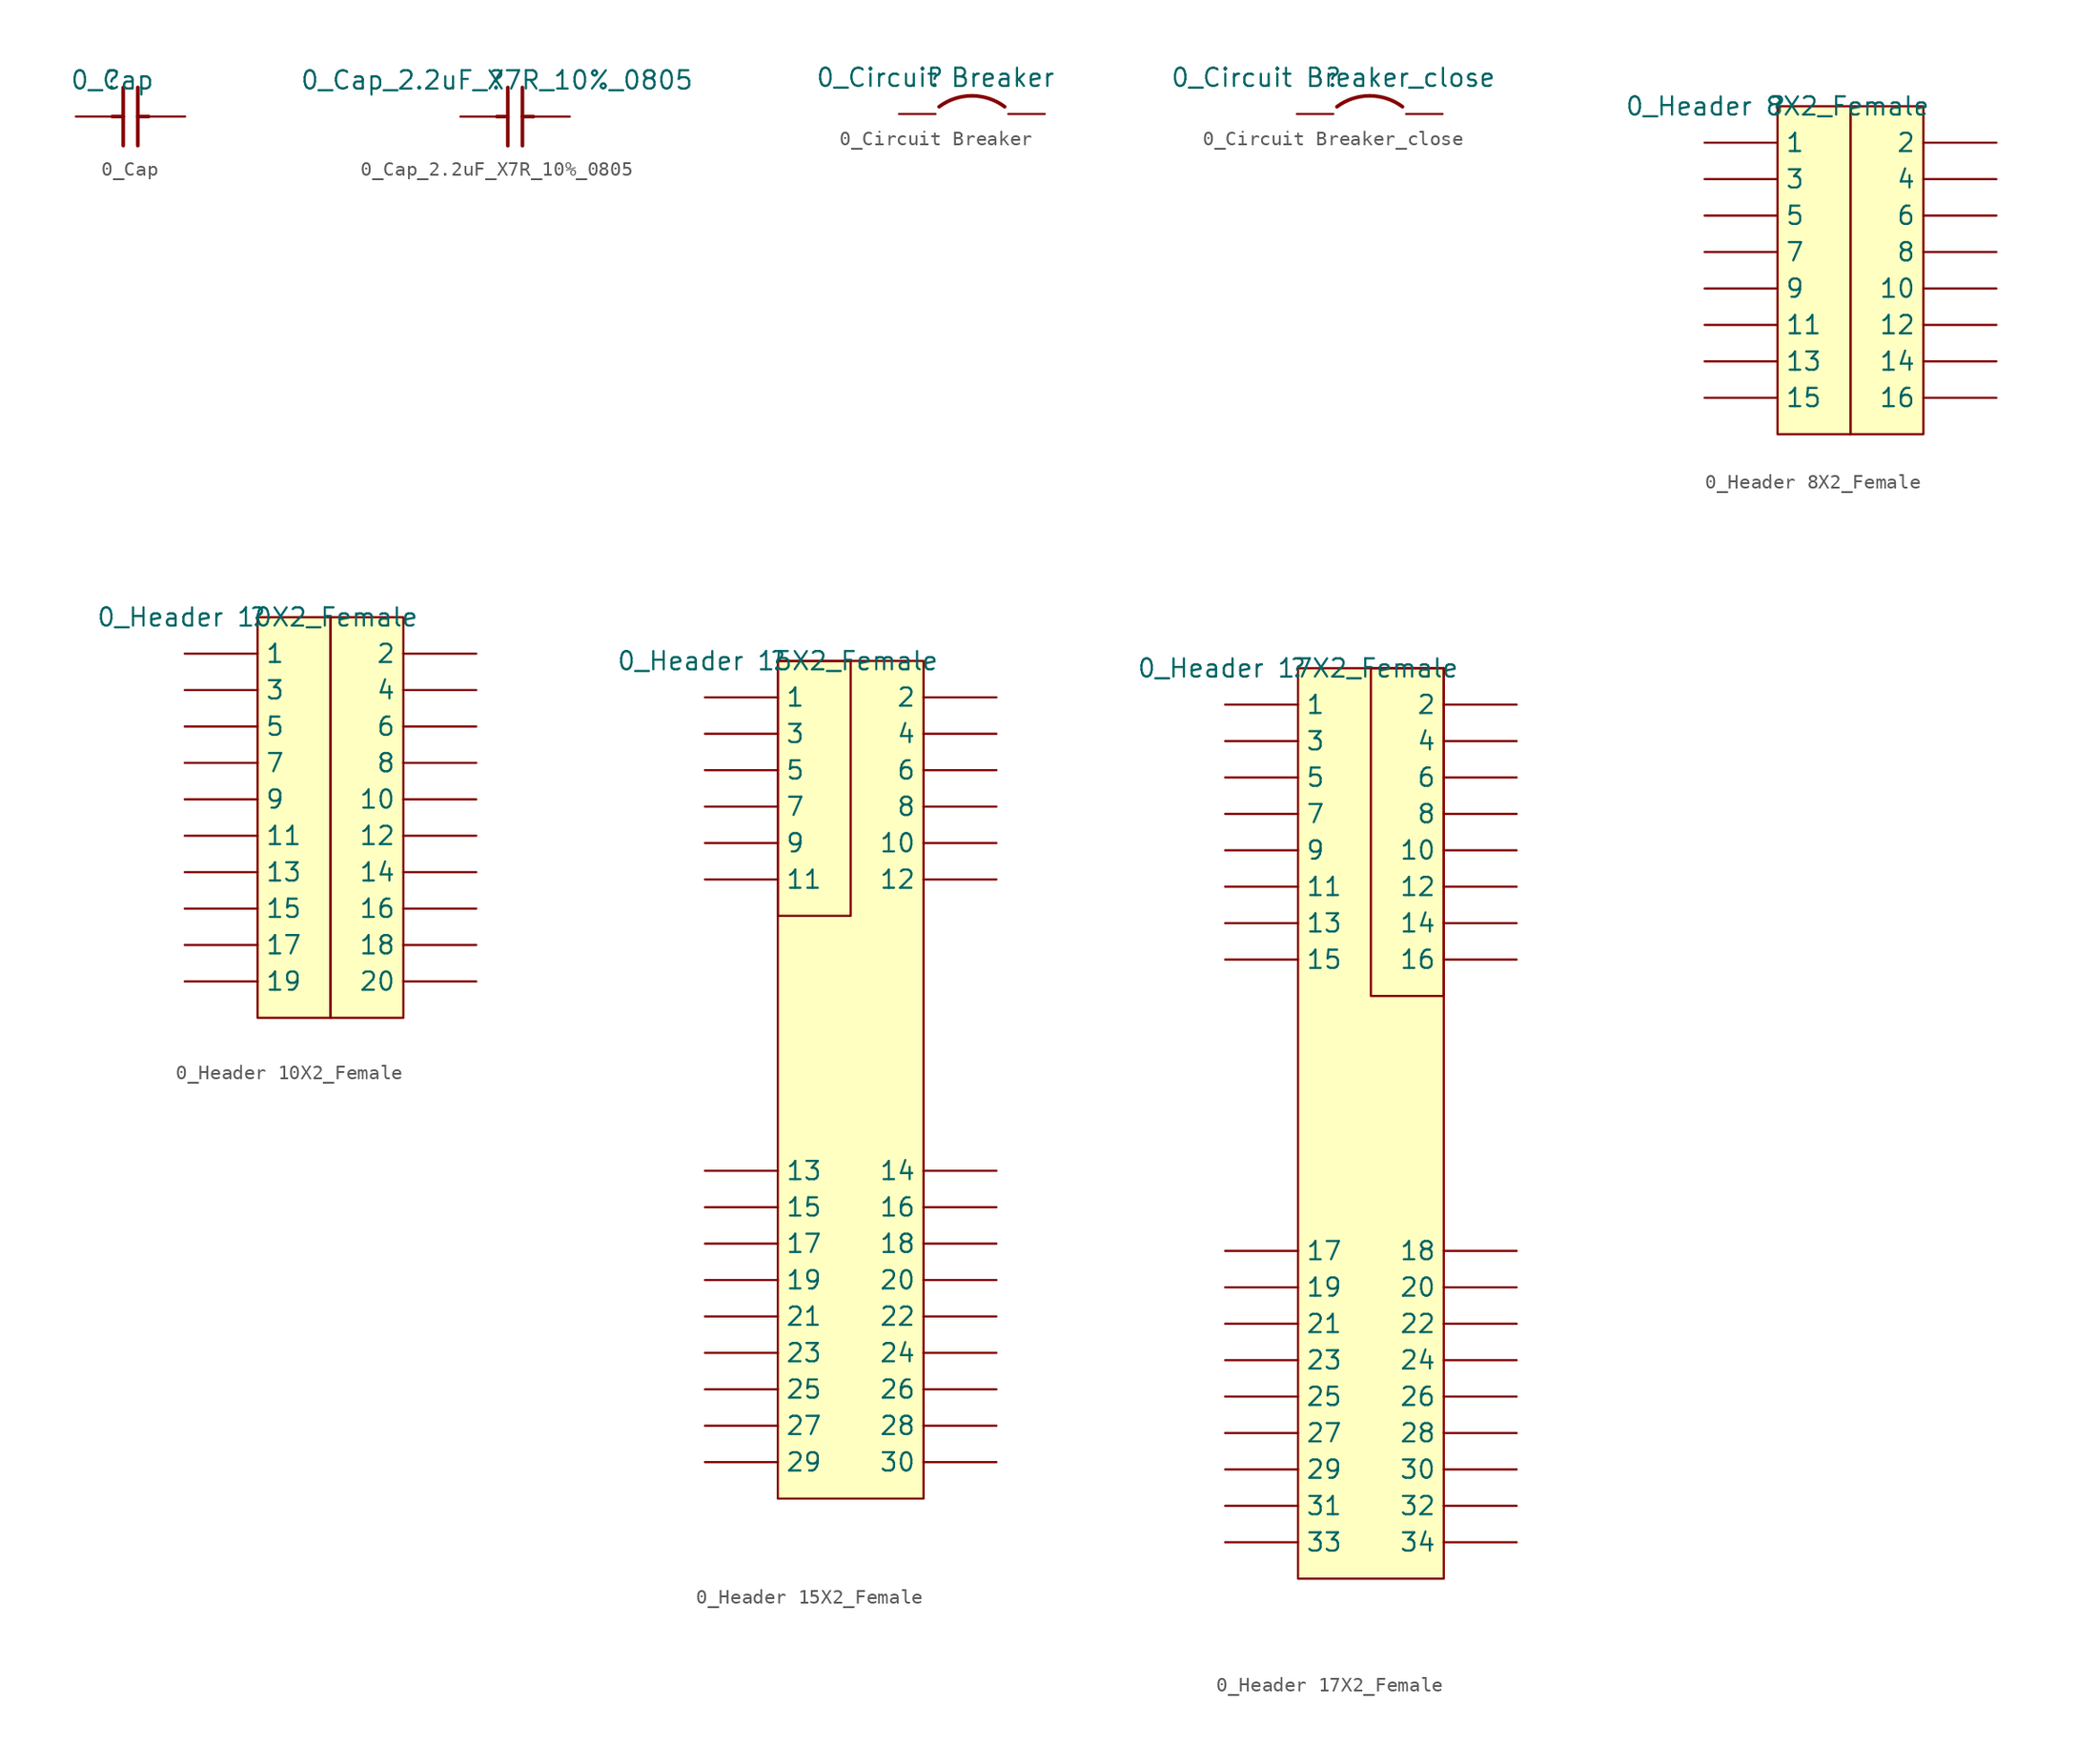
<source format=kicad_sym>
(kicad_symbol_lib
  (version 20211014)
  (generator kicad_symbol_editor)
  (symbol "0_Cap"
    (property "Reference" ""
      (at 0 0 0)
      (effects (font (size 1.27 1.27))))
    (property "Value" "0_Cap"
      (at 0 0 0)
      (effects (font (size 1.27 1.27))))
    (symbol "0_Cap_1_0"
      (polyline (pts (xy 0 -2.54) (xy 0.762 -2.54)) (stroke (width 0.254) (type default) (color 0 0 0 0)) (fill (type none)))
      (polyline (pts (xy 0.762 -4.572) (xy 0.762 -0.508)) (stroke (width 0.254) (type default) (color 0 0 0 0)) (fill (type none)))
      (polyline (pts (xy 1.778 -0.508) (xy 1.778 -4.572)) (stroke (width 0.254) (type default) (color 0 0 0 0)) (fill (type none)))
      (polyline (pts (xy 2.54 -2.54) (xy 1.778 -2.54)) (stroke (width 0.254) (type default) (color 0 0 0 0)) (fill (type none)))
      (pin passive line (at -2.54 -2.54 0) (length 2.54) (name "1" (effects (font (size 0 0)))) (number "1" (effects (font (size 0 0)))))
      (pin passive line (at 5.08 -2.54 180) (length 2.54) (name "2" (effects (font (size 0 0)))) (number "2" (effects (font (size 0 0)))))))
  (symbol "0_Cap_2.2uF_X7R_10%_0805"
    (property "Reference" ""
      (at 0 0 0)
      (effects (font (size 1.27 1.27))))
    (property "Value" "0_Cap_2.2uF_X7R_10%_0805"
      (at 0 0 0)
      (effects (font (size 1.27 1.27))))
    (symbol "0_Cap_2.2uF_X7R_10%_0805_1_0"
      (polyline (pts (xy 0 -2.54) (xy 0.762 -2.54)) (stroke (width 0.254) (type default) (color 0 0 0 0)) (fill (type none)))
      (polyline (pts (xy 0.762 -4.572) (xy 0.762 -0.508)) (stroke (width 0.254) (type default) (color 0 0 0 0)) (fill (type none)))
      (polyline (pts (xy 1.778 -0.508) (xy 1.778 -4.572)) (stroke (width 0.254) (type default) (color 0 0 0 0)) (fill (type none)))
      (polyline (pts (xy 2.54 -2.54) (xy 1.778 -2.54)) (stroke (width 0.254) (type default) (color 0 0 0 0)) (fill (type none)))
      (pin passive line (at -2.54 -2.54 0) (length 2.54) (name "1" (effects (font (size 0 0)))) (number "1" (effects (font (size 0 0)))))
      (pin passive line (at 5.08 -2.54 180) (length 2.54) (name "2" (effects (font (size 0 0)))) (number "2" (effects (font (size 0 0)))))))
  (symbol "0_Circuit Breaker"
    (property "Reference" ""
      (at 0 0 0)
      (effects (font (size 1.27 1.27))))
    (property "Value" "0_Circuit Breaker"
      (at 0 0 0)
      (effects (font (size 1.27 1.27))))
    (symbol "0_Circuit Breaker_1_0"
      (arc (start 2.54 -1.27) (mid 1.3352 -1.4655) (end 0.254 -2.032) (stroke (width 0.254) (type default) (color 0 0 0 0)) (fill (type none)))
      (arc (start 4.826 -2.032) (mid 3.7448 -1.4655) (end 2.54 -1.27) (stroke (width 0.254) (type default) (color 0 0 0 0)) (fill (type none)))
      (pin passive line (at -2.54 -2.54 0) (length 2.54) (name "1" (effects (font (size 0 0)))) (number "1" (effects (font (size 0 0)))))
      (pin passive line (at 7.62 -2.54 180) (length 2.54) (name "2" (effects (font (size 0 0)))) (number "2" (effects (font (size 0 0)))))))
  (symbol "0_Circuit Breaker_close"
    (property "Reference" ""
      (at 0 0 0)
      (effects (font (size 1.27 1.27))))
    (property "Value" "0_Circuit Breaker_close"
      (at 0 0 0)
      (effects (font (size 1.27 1.27))))
    (symbol "0_Circuit Breaker_close_1_0"
      (arc (start 2.54 -1.27) (mid 1.3352 -1.4655) (end 0.254 -2.032) (stroke (width 0.254) (type default) (color 0 0 0 0)) (fill (type none)))
      (arc (start 4.826 -2.032) (mid 3.7448 -1.4655) (end 2.54 -1.27) (stroke (width 0.254) (type default) (color 0 0 0 0)) (fill (type none)))
      (pin passive line (at -2.54 -2.54 0) (length 2.54) (name "1" (effects (font (size 0 0)))) (number "1" (effects (font (size 0 0)))))
      (pin passive line (at 7.62 -2.54 180) (length 2.54) (name "2" (effects (font (size 0 0)))) (number "2" (effects (font (size 0 0)))))))
  (symbol "0_Header 8X2_Female"
    (property "Reference" ""
      (at 0 0 0)
      (effects (font (size 1.27 1.27))))
    (property "Value" "0_Header 8X2_Female"
      (at 0 0 0)
      (effects (font (size 1.27 1.27))))
    (symbol "0_Header 8X2_Female_1_0"
      (rectangle (start 5.08 0) (end 0 -22.86) (stroke (width 0) (type default) (color 0 0 0 0)) (fill (type background)))
      (rectangle (start 10.16 0) (end 5.08 -22.86) (stroke (width 0) (type default) (color 0 0 0 0)) (fill (type background)))
      (pin passive line (at -5.08 -2.54 0) (length 5.08) (name "1" (effects (font (size 1.27 1.27)))) (number "1" (effects (font (size 0 0)))))
      (pin passive line (at 15.24 -12.7 180) (length 5.08) (name "10" (effects (font (size 1.27 1.27)))) (number "10" (effects (font (size 0 0)))))
      (pin passive line (at -5.08 -15.24 0) (length 5.08) (name "11" (effects (font (size 1.27 1.27)))) (number "11" (effects (font (size 0 0)))))
      (pin passive line (at 15.24 -15.24 180) (length 5.08) (name "12" (effects (font (size 1.27 1.27)))) (number "12" (effects (font (size 0 0)))))
      (pin passive line (at -5.08 -17.78 0) (length 5.08) (name "13" (effects (font (size 1.27 1.27)))) (number "13" (effects (font (size 0 0)))))
      (pin passive line (at 15.24 -17.78 180) (length 5.08) (name "14" (effects (font (size 1.27 1.27)))) (number "14" (effects (font (size 0 0)))))
      (pin passive line (at -5.08 -20.32 0) (length 5.08) (name "15" (effects (font (size 1.27 1.27)))) (number "15" (effects (font (size 0 0)))))
      (pin passive line (at 15.24 -20.32 180) (length 5.08) (name "16" (effects (font (size 1.27 1.27)))) (number "16" (effects (font (size 0 0)))))
      (pin passive line (at 15.24 -2.54 180) (length 5.08) (name "2" (effects (font (size 1.27 1.27)))) (number "2" (effects (font (size 0 0)))))
      (pin passive line (at -5.08 -5.08 0) (length 5.08) (name "3" (effects (font (size 1.27 1.27)))) (number "3" (effects (font (size 0 0)))))
      (pin passive line (at 15.24 -5.08 180) (length 5.08) (name "4" (effects (font (size 1.27 1.27)))) (number "4" (effects (font (size 0 0)))))
      (pin passive line (at -5.08 -7.62 0) (length 5.08) (name "5" (effects (font (size 1.27 1.27)))) (number "5" (effects (font (size 0 0)))))
      (pin passive line (at 15.24 -7.62 180) (length 5.08) (name "6" (effects (font (size 1.27 1.27)))) (number "6" (effects (font (size 0 0)))))
      (pin passive line (at -5.08 -10.16 0) (length 5.08) (name "7" (effects (font (size 1.27 1.27)))) (number "7" (effects (font (size 0 0)))))
      (pin passive line (at 15.24 -10.16 180) (length 5.08) (name "8" (effects (font (size 1.27 1.27)))) (number "8" (effects (font (size 0 0)))))
      (pin passive line (at -5.08 -12.7 0) (length 5.08) (name "9" (effects (font (size 1.27 1.27)))) (number "9" (effects (font (size 0 0)))))))
  (symbol "0_Header 10X2_Female"
    (property "Reference" ""
      (at 0 0 0)
      (effects (font (size 1.27 1.27))))
    (property "Value" "0_Header 10X2_Female"
      (at 0 0 0)
      (effects (font (size 1.27 1.27))))
    (symbol "0_Header 10X2_Female_1_0"
      (rectangle (start 5.08 0) (end 0 -27.94) (stroke (width 0) (type default) (color 0 0 0 0)) (fill (type background)))
      (rectangle (start 10.16 0) (end 5.08 -27.94) (stroke (width 0) (type default) (color 0 0 0 0)) (fill (type background)))
      (pin passive line (at -5.08 -2.54 0) (length 5.08) (name "1" (effects (font (size 1.27 1.27)))) (number "1" (effects (font (size 0 0)))))
      (pin passive line (at 15.24 -12.7 180) (length 5.08) (name "10" (effects (font (size 1.27 1.27)))) (number "10" (effects (font (size 0 0)))))
      (pin passive line (at -5.08 -15.24 0) (length 5.08) (name "11" (effects (font (size 1.27 1.27)))) (number "11" (effects (font (size 0 0)))))
      (pin passive line (at 15.24 -15.24 180) (length 5.08) (name "12" (effects (font (size 1.27 1.27)))) (number "12" (effects (font (size 0 0)))))
      (pin passive line (at -5.08 -17.78 0) (length 5.08) (name "13" (effects (font (size 1.27 1.27)))) (number "13" (effects (font (size 0 0)))))
      (pin passive line (at 15.24 -17.78 180) (length 5.08) (name "14" (effects (font (size 1.27 1.27)))) (number "14" (effects (font (size 0 0)))))
      (pin passive line (at -5.08 -20.32 0) (length 5.08) (name "15" (effects (font (size 1.27 1.27)))) (number "15" (effects (font (size 0 0)))))
      (pin passive line (at 15.24 -20.32 180) (length 5.08) (name "16" (effects (font (size 1.27 1.27)))) (number "16" (effects (font (size 0 0)))))
      (pin passive line (at -5.08 -22.86 0) (length 5.08) (name "17" (effects (font (size 1.27 1.27)))) (number "17" (effects (font (size 0 0)))))
      (pin passive line (at 15.24 -22.86 180) (length 5.08) (name "18" (effects (font (size 1.27 1.27)))) (number "18" (effects (font (size 0 0)))))
      (pin passive line (at -5.08 -25.4 0) (length 5.08) (name "19" (effects (font (size 1.27 1.27)))) (number "19" (effects (font (size 0 0)))))
      (pin passive line (at 15.24 -2.54 180) (length 5.08) (name "2" (effects (font (size 1.27 1.27)))) (number "2" (effects (font (size 0 0)))))
      (pin passive line (at 15.24 -25.4 180) (length 5.08) (name "20" (effects (font (size 1.27 1.27)))) (number "20" (effects (font (size 0 0)))))
      (pin passive line (at -5.08 -5.08 0) (length 5.08) (name "3" (effects (font (size 1.27 1.27)))) (number "3" (effects (font (size 0 0)))))
      (pin passive line (at 15.24 -5.08 180) (length 5.08) (name "4" (effects (font (size 1.27 1.27)))) (number "4" (effects (font (size 0 0)))))
      (pin passive line (at -5.08 -7.62 0) (length 5.08) (name "5" (effects (font (size 1.27 1.27)))) (number "5" (effects (font (size 0 0)))))
      (pin passive line (at 15.24 -7.62 180) (length 5.08) (name "6" (effects (font (size 1.27 1.27)))) (number "6" (effects (font (size 0 0)))))
      (pin passive line (at -5.08 -10.16 0) (length 5.08) (name "7" (effects (font (size 1.27 1.27)))) (number "7" (effects (font (size 0 0)))))
      (pin passive line (at 15.24 -10.16 180) (length 5.08) (name "8" (effects (font (size 1.27 1.27)))) (number "8" (effects (font (size 0 0)))))
      (pin passive line (at -5.08 -12.7 0) (length 5.08) (name "9" (effects (font (size 1.27 1.27)))) (number "9" (effects (font (size 0 0)))))))
  (symbol "0_Header 15X2_Female"
    (property "Reference" ""
      (at 0 0 0)
      (effects (font (size 1.27 1.27))))
    (property "Value" "0_Header 15X2_Female"
      (at 0 0 0)
      (effects (font (size 1.27 1.27))))
    (symbol "0_Header 15X2_Female_1_0"
      (rectangle (start 5.08 0) (end 0 -17.78) (stroke (width 0) (type default) (color 0 0 0 0)) (fill (type background)))
      (rectangle (start 10.16 0) (end 0 -58.42) (stroke (width 0) (type default) (color 0 0 0 0)) (fill (type background)))
      (pin passive line (at -5.08 -2.54 0) (length 5.08) (name "1" (effects (font (size 1.27 1.27)))) (number "1" (effects (font (size 0 0)))))
      (pin passive line (at 15.24 -12.7 180) (length 5.08) (name "10" (effects (font (size 1.27 1.27)))) (number "10" (effects (font (size 0 0)))))
      (pin passive line (at -5.08 -15.24 0) (length 5.08) (name "11" (effects (font (size 1.27 1.27)))) (number "11" (effects (font (size 0 0)))))
      (pin passive line (at 15.24 -15.24 180) (length 5.08) (name "12" (effects (font (size 1.27 1.27)))) (number "12" (effects (font (size 0 0)))))
      (pin passive line (at -5.08 -35.56 0) (length 5.08) (name "13" (effects (font (size 1.27 1.27)))) (number "13" (effects (font (size 0 0)))))
      (pin passive line (at 15.24 -35.56 180) (length 5.08) (name "14" (effects (font (size 1.27 1.27)))) (number "14" (effects (font (size 0 0)))))
      (pin passive line (at -5.08 -38.1 0) (length 5.08) (name "15" (effects (font (size 1.27 1.27)))) (number "15" (effects (font (size 0 0)))))
      (pin passive line (at 15.24 -38.1 180) (length 5.08) (name "16" (effects (font (size 1.27 1.27)))) (number "16" (effects (font (size 0 0)))))
      (pin passive line (at -5.08 -40.64 0) (length 5.08) (name "17" (effects (font (size 1.27 1.27)))) (number "17" (effects (font (size 0 0)))))
      (pin passive line (at 15.24 -40.64 180) (length 5.08) (name "18" (effects (font (size 1.27 1.27)))) (number "18" (effects (font (size 0 0)))))
      (pin passive line (at -5.08 -43.18 0) (length 5.08) (name "19" (effects (font (size 1.27 1.27)))) (number "19" (effects (font (size 0 0)))))
      (pin passive line (at 15.24 -2.54 180) (length 5.08) (name "2" (effects (font (size 1.27 1.27)))) (number "2" (effects (font (size 0 0)))))
      (pin passive line (at 15.24 -43.18 180) (length 5.08) (name "20" (effects (font (size 1.27 1.27)))) (number "20" (effects (font (size 0 0)))))
      (pin passive line (at -5.08 -45.72 0) (length 5.08) (name "21" (effects (font (size 1.27 1.27)))) (number "21" (effects (font (size 0 0)))))
      (pin passive line (at 15.24 -45.72 180) (length 5.08) (name "22" (effects (font (size 1.27 1.27)))) (number "22" (effects (font (size 0 0)))))
      (pin passive line (at -5.08 -48.26 0) (length 5.08) (name "23" (effects (font (size 1.27 1.27)))) (number "23" (effects (font (size 0 0)))))
      (pin passive line (at 15.24 -48.26 180) (length 5.08) (name "24" (effects (font (size 1.27 1.27)))) (number "24" (effects (font (size 0 0)))))
      (pin passive line (at -5.08 -50.8 0) (length 5.08) (name "25" (effects (font (size 1.27 1.27)))) (number "25" (effects (font (size 0 0)))))
      (pin passive line (at 15.24 -50.8 180) (length 5.08) (name "26" (effects (font (size 1.27 1.27)))) (number "26" (effects (font (size 0 0)))))
      (pin passive line (at -5.08 -53.34 0) (length 5.08) (name "27" (effects (font (size 1.27 1.27)))) (number "27" (effects (font (size 0 0)))))
      (pin passive line (at 15.24 -53.34 180) (length 5.08) (name "28" (effects (font (size 1.27 1.27)))) (number "28" (effects (font (size 0 0)))))
      (pin passive line (at -5.08 -55.88 0) (length 5.08) (name "29" (effects (font (size 1.27 1.27)))) (number "29" (effects (font (size 0 0)))))
      (pin passive line (at -5.08 -5.08 0) (length 5.08) (name "3" (effects (font (size 1.27 1.27)))) (number "3" (effects (font (size 0 0)))))
      (pin passive line (at 15.24 -55.88 180) (length 5.08) (name "30" (effects (font (size 1.27 1.27)))) (number "30" (effects (font (size 0 0)))))
      (pin passive line (at 15.24 -5.08 180) (length 5.08) (name "4" (effects (font (size 1.27 1.27)))) (number "4" (effects (font (size 0 0)))))
      (pin passive line (at -5.08 -7.62 0) (length 5.08) (name "5" (effects (font (size 1.27 1.27)))) (number "5" (effects (font (size 0 0)))))
      (pin passive line (at 15.24 -7.62 180) (length 5.08) (name "6" (effects (font (size 1.27 1.27)))) (number "6" (effects (font (size 0 0)))))
      (pin passive line (at -5.08 -10.16 0) (length 5.08) (name "7" (effects (font (size 1.27 1.27)))) (number "7" (effects (font (size 0 0)))))
      (pin passive line (at 15.24 -10.16 180) (length 5.08) (name "8" (effects (font (size 1.27 1.27)))) (number "8" (effects (font (size 0 0)))))
      (pin passive line (at -5.08 -12.7 0) (length 5.08) (name "9" (effects (font (size 1.27 1.27)))) (number "9" (effects (font (size 0 0)))))))
  (symbol "0_Header 17X2_Female"
    (property "Reference" ""
      (at 0 0 0)
      (effects (font (size 1.27 1.27))))
    (property "Value" "0_Header 17X2_Female"
      (at 0 0 0)
      (effects (font (size 1.27 1.27))))
    (symbol "0_Header 17X2_Female_1_0"
      (rectangle (start 10.16 0) (end 0 -63.5) (stroke (width 0) (type default) (color 0 0 0 0)) (fill (type background)))
      (rectangle (start 10.16 0) (end 5.08 -22.86) (stroke (width 0) (type default) (color 0 0 0 0)) (fill (type background)))
      (pin passive line (at -5.08 -2.54 0) (length 5.08) (name "1" (effects (font (size 1.27 1.27)))) (number "1" (effects (font (size 0 0)))))
      (pin passive line (at 15.24 -12.7 180) (length 5.08) (name "10" (effects (font (size 1.27 1.27)))) (number "10" (effects (font (size 0 0)))))
      (pin passive line (at -5.08 -15.24 0) (length 5.08) (name "11" (effects (font (size 1.27 1.27)))) (number "11" (effects (font (size 0 0)))))
      (pin passive line (at 15.24 -15.24 180) (length 5.08) (name "12" (effects (font (size 1.27 1.27)))) (number "12" (effects (font (size 0 0)))))
      (pin passive line (at -5.08 -17.78 0) (length 5.08) (name "13" (effects (font (size 1.27 1.27)))) (number "13" (effects (font (size 0 0)))))
      (pin passive line (at 15.24 -17.78 180) (length 5.08) (name "14" (effects (font (size 1.27 1.27)))) (number "14" (effects (font (size 0 0)))))
      (pin passive line (at -5.08 -20.32 0) (length 5.08) (name "15" (effects (font (size 1.27 1.27)))) (number "15" (effects (font (size 0 0)))))
      (pin passive line (at 15.24 -20.32 180) (length 5.08) (name "16" (effects (font (size 1.27 1.27)))) (number "16" (effects (font (size 0 0)))))
      (pin passive line (at -5.08 -40.64 0) (length 5.08) (name "17" (effects (font (size 1.27 1.27)))) (number "17" (effects (font (size 0 0)))))
      (pin passive line (at 15.24 -40.64 180) (length 5.08) (name "18" (effects (font (size 1.27 1.27)))) (number "18" (effects (font (size 0 0)))))
      (pin passive line (at -5.08 -43.18 0) (length 5.08) (name "19" (effects (font (size 1.27 1.27)))) (number "19" (effects (font (size 0 0)))))
      (pin passive line (at 15.24 -2.54 180) (length 5.08) (name "2" (effects (font (size 1.27 1.27)))) (number "2" (effects (font (size 0 0)))))
      (pin passive line (at 15.24 -43.18 180) (length 5.08) (name "20" (effects (font (size 1.27 1.27)))) (number "20" (effects (font (size 0 0)))))
      (pin passive line (at -5.08 -45.72 0) (length 5.08) (name "21" (effects (font (size 1.27 1.27)))) (number "21" (effects (font (size 0 0)))))
      (pin passive line (at 15.24 -45.72 180) (length 5.08) (name "22" (effects (font (size 1.27 1.27)))) (number "22" (effects (font (size 0 0)))))
      (pin passive line (at -5.08 -48.26 0) (length 5.08) (name "23" (effects (font (size 1.27 1.27)))) (number "23" (effects (font (size 0 0)))))
      (pin passive line (at 15.24 -48.26 180) (length 5.08) (name "24" (effects (font (size 1.27 1.27)))) (number "24" (effects (font (size 0 0)))))
      (pin passive line (at -5.08 -50.8 0) (length 5.08) (name "25" (effects (font (size 1.27 1.27)))) (number "25" (effects (font (size 0 0)))))
      (pin passive line (at 15.24 -50.8 180) (length 5.08) (name "26" (effects (font (size 1.27 1.27)))) (number "26" (effects (font (size 0 0)))))
      (pin passive line (at -5.08 -53.34 0) (length 5.08) (name "27" (effects (font (size 1.27 1.27)))) (number "27" (effects (font (size 0 0)))))
      (pin passive line (at 15.24 -53.34 180) (length 5.08) (name "28" (effects (font (size 1.27 1.27)))) (number "28" (effects (font (size 0 0)))))
      (pin passive line (at -5.08 -55.88 0) (length 5.08) (name "29" (effects (font (size 1.27 1.27)))) (number "29" (effects (font (size 0 0)))))
      (pin passive line (at -5.08 -5.08 0) (length 5.08) (name "3" (effects (font (size 1.27 1.27)))) (number "3" (effects (font (size 0 0)))))
      (pin passive line (at 15.24 -55.88 180) (length 5.08) (name "30" (effects (font (size 1.27 1.27)))) (number "30" (effects (font (size 0 0)))))
      (pin passive line (at -5.08 -58.42 0) (length 5.08) (name "31" (effects (font (size 1.27 1.27)))) (number "31" (effects (font (size 0 0)))))
      (pin passive line (at 15.24 -58.42 180) (length 5.08) (name "32" (effects (font (size 1.27 1.27)))) (number "32" (effects (font (size 0 0)))))
      (pin passive line (at -5.08 -60.96 0) (length 5.08) (name "33" (effects (font (size 1.27 1.27)))) (number "33" (effects (font (size 0 0)))))
      (pin passive line (at 15.24 -60.96 180) (length 5.08) (name "34" (effects (font (size 1.27 1.27)))) (number "34" (effects (font (size 0 0)))))
      (pin passive line (at 15.24 -5.08 180) (length 5.08) (name "4" (effects (font (size 1.27 1.27)))) (number "4" (effects (font (size 0 0)))))
      (pin passive line (at -5.08 -7.62 0) (length 5.08) (name "5" (effects (font (size 1.27 1.27)))) (number "5" (effects (font (size 0 0)))))
      (pin passive line (at 15.24 -7.62 180) (length 5.08) (name "6" (effects (font (size 1.27 1.27)))) (number "6" (effects (font (size 0 0)))))
      (pin passive line (at -5.08 -10.16 0) (length 5.08) (name "7" (effects (font (size 1.27 1.27)))) (number "7" (effects (font (size 0 0)))))
      (pin passive line (at 15.24 -10.16 180) (length 5.08) (name "8" (effects (font (size 1.27 1.27)))) (number "8" (effects (font (size 0 0)))))
      (pin passive line (at -5.08 -12.7 0) (length 5.08) (name "9" (effects (font (size 1.27 1.27)))) (number "9" (effects (font (size 0 0))))))))
</source>
